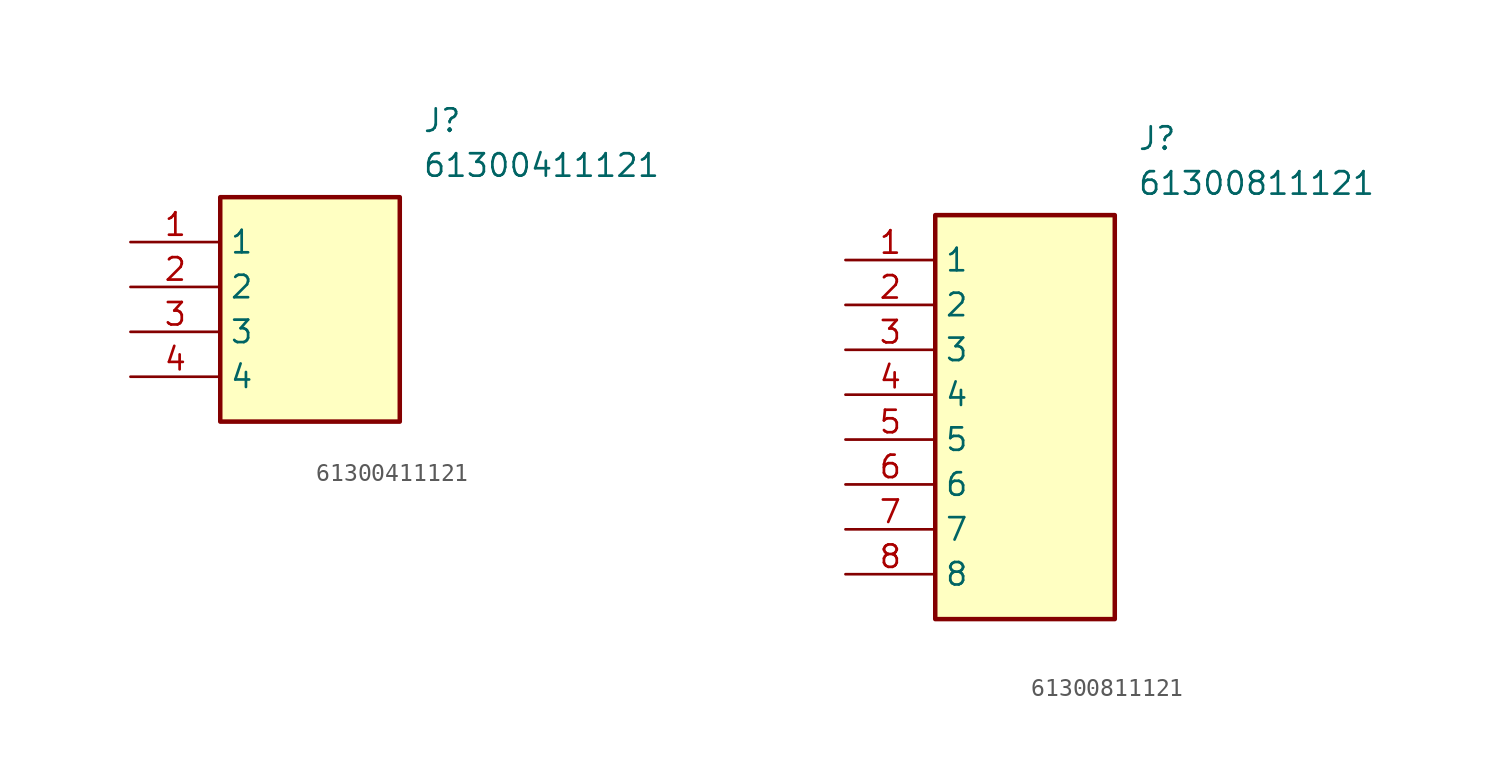
<source format=kicad_sym>
(kicad_symbol_lib
  (version 20220914)
  (generator SamacSys_ECAD_Model)
  (symbol "61300411121"
    (property "Reference" "J"
      (at 16.51 7.62 0)
      (effects (font (size 1.27 1.27)) (justify left top)))
    (property "Value" "61300411121"
      (at 16.51 5.08 0)
      (effects (font (size 1.27 1.27)) (justify left top)))
    (rectangle
      (start 5.08 2.54)
      (end 15.24 -10.16)
      (stroke (width 0.254) (type default))
      (fill (type background)))
    (pin passive line
      (at 0 0 0)
      (length 5.08)
      (name "1" (effects (font (size 1.27 1.27))))
      (number "1" (effects (font (size 1.27 1.27)))))
    (pin passive line
      (at 0 -2.54 0)
      (length 5.08)
      (name "2" (effects (font (size 1.27 1.27))))
      (number "2" (effects (font (size 1.27 1.27)))))
    (pin passive line
      (at 0 -5.08 0)
      (length 5.08)
      (name "3" (effects (font (size 1.27 1.27))))
      (number "3" (effects (font (size 1.27 1.27)))))
    (pin passive line
      (at 0 -7.62 0)
      (length 5.08)
      (name "4" (effects (font (size 1.27 1.27))))
      (number "4" (effects (font (size 1.27 1.27))))))
  (symbol "61300811121"
    (property "Reference" "J"
      (at 16.51 7.62 0)
      (effects (font (size 1.27 1.27)) (justify left top)))
    (property "Value" "61300811121"
      (at 16.51 5.08 0)
      (effects (font (size 1.27 1.27)) (justify left top)))
    (rectangle
      (start 5.08 2.54)
      (end 15.24 -20.32)
      (stroke (width 0.254) (type default))
      (fill (type background)))
    (pin passive line
      (at 0 0 0)
      (length 5.08)
      (name "1" (effects (font (size 1.27 1.27))))
      (number "1" (effects (font (size 1.27 1.27)))))
    (pin passive line
      (at 0 -2.54 0)
      (length 5.08)
      (name "2" (effects (font (size 1.27 1.27))))
      (number "2" (effects (font (size 1.27 1.27)))))
    (pin passive line
      (at 0 -5.08 0)
      (length 5.08)
      (name "3" (effects (font (size 1.27 1.27))))
      (number "3" (effects (font (size 1.27 1.27)))))
    (pin passive line
      (at 0 -7.62 0)
      (length 5.08)
      (name "4" (effects (font (size 1.27 1.27))))
      (number "4" (effects (font (size 1.27 1.27)))))
    (pin passive line
      (at 0 -10.16 0)
      (length 5.08)
      (name "5" (effects (font (size 1.27 1.27))))
      (number "5" (effects (font (size 1.27 1.27)))))
    (pin passive line
      (at 0 -12.7 0)
      (length 5.08)
      (name "6" (effects (font (size 1.27 1.27))))
      (number "6" (effects (font (size 1.27 1.27)))))
    (pin passive line
      (at 0 -15.24 0)
      (length 5.08)
      (name "7" (effects (font (size 1.27 1.27))))
      (number "7" (effects (font (size 1.27 1.27)))))
    (pin passive line
      (at 0 -17.78 0)
      (length 5.08)
      (name "8" (effects (font (size 1.27 1.27))))
      (number "8" (effects (font (size 1.27 1.27)))))))
</source>
